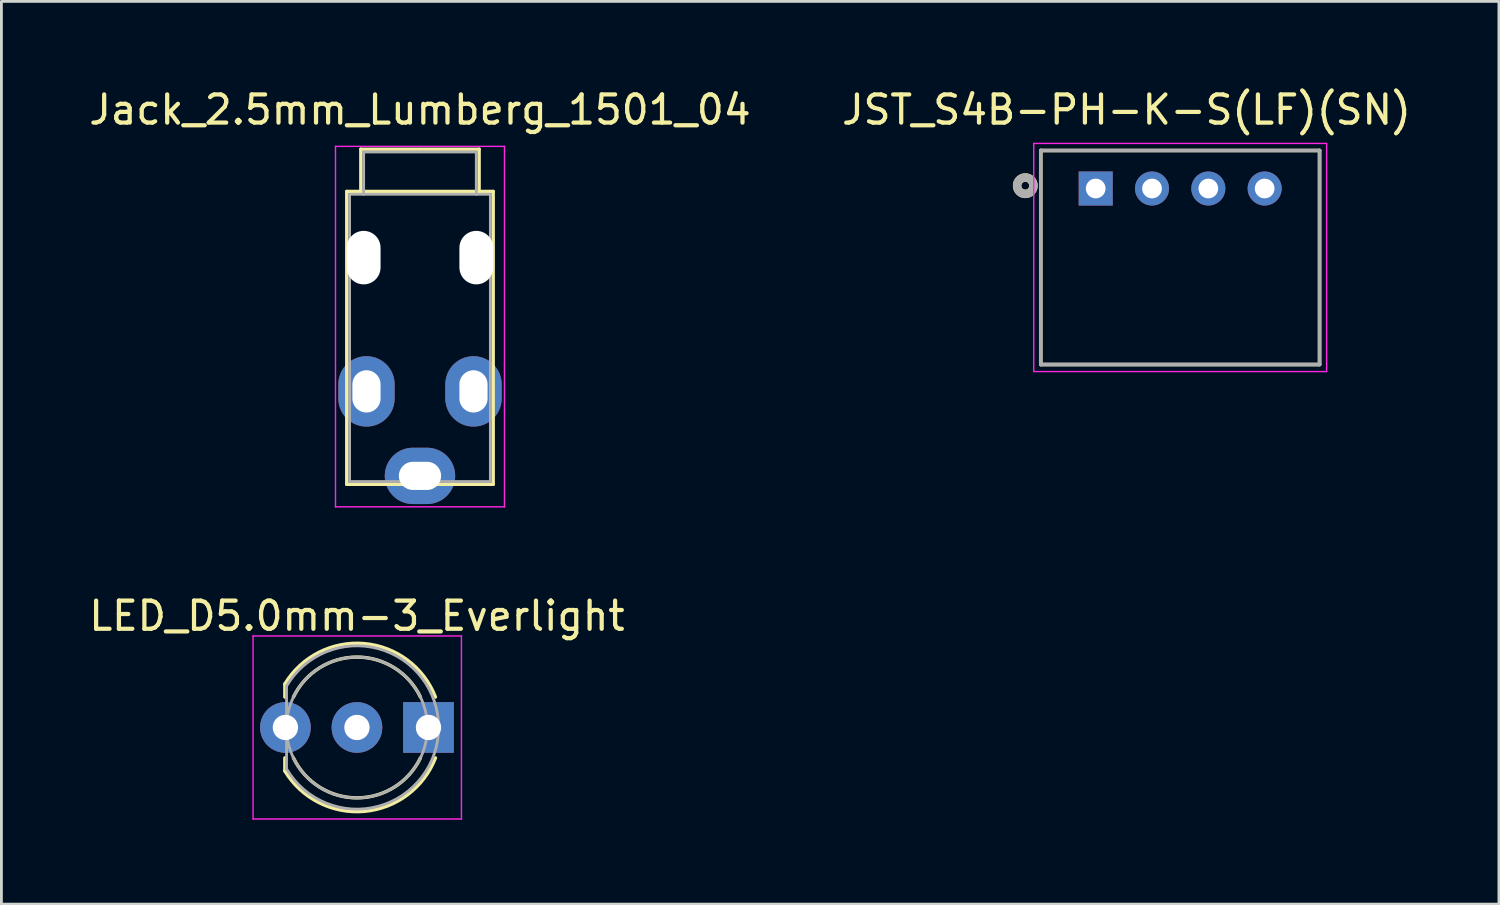
<source format=kicad_pcb>
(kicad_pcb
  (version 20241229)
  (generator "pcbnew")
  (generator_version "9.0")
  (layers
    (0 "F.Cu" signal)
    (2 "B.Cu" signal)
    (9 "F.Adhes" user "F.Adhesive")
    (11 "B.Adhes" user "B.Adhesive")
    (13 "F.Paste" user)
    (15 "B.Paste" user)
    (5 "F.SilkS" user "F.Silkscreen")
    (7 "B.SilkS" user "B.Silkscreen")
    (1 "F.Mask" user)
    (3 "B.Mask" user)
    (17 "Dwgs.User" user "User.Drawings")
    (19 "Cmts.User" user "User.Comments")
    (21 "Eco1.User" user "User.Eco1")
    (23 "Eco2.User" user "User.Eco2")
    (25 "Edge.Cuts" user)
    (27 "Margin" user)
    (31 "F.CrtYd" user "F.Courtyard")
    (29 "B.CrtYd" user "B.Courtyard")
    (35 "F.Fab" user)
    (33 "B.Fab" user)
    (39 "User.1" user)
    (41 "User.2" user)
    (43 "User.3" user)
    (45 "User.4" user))
  (footprint "Jack_2.5mm_Lumberg_1501_04"
    (layer "F.Cu")
    (at 11.863 3.848)
    (property "Reference" "Jack_2.5mm_Lumberg_1501_04" (at 0 -3 0) (layer "F.SilkS") (effects (font (size 1 1) (thickness 0.15))))
    (attr through_hole)
    (fp_line (start -2.6 -0.1) (end -2.1 -0.1) (stroke (width 0.12) (type solid)) (layer "F.SilkS"))
    (fp_line (start -2.6 10.3) (end -2.6 -0.1) (stroke (width 0.12) (type solid)) (layer "F.SilkS"))
    (fp_line (start -2.1 -1.6) (end 2.1 -1.6) (stroke (width 0.12) (type solid)) (layer "F.SilkS"))
    (fp_line (start -2.1 -0.1) (end -2.1 -1.6) (stroke (width 0.12) (type solid)) (layer "F.SilkS"))
    (fp_line (start -2.1 -0.1) (end 2.1 -0.1) (stroke (width 0.12) (type solid)) (layer "F.SilkS"))
    (fp_line (start 2.1 -1.6) (end 2.1 -0.1) (stroke (width 0.12) (type solid)) (layer "F.SilkS"))
    (fp_line (start 2.1 -0.1) (end 2.6 -0.1) (stroke (width 0.12) (type solid)) (layer "F.SilkS"))
    (fp_line (start 2.6 -0.1) (end 2.6 10.3) (stroke (width 0.12) (type solid)) (layer "F.SilkS"))
    (fp_line (start 2.6 10.3) (end -2.6 10.3) (stroke (width 0.12) (type solid)) (layer "F.SilkS"))
    (fp_line (start -3 -1.7) (end 0 -1.7) (stroke (width 0.05) (type solid)) (layer "F.CrtYd"))
    (fp_line (start -3 11.1) (end -3 -1.7) (stroke (width 0.05) (type solid)) (layer "F.CrtYd"))
    (fp_line (start 0 -1.7) (end 3 -1.7) (stroke (width 0.05) (type solid)) (layer "F.CrtYd"))
    (fp_line (start 3 -1.7) (end 3 11.1) (stroke (width 0.05) (type solid)) (layer "F.CrtYd"))
    (fp_line (start 3 11.1) (end -3 11.1) (stroke (width 0.05) (type solid)) (layer "F.CrtYd"))
    (fp_line (start -2.5 0) (end -2.5 10.2) (stroke (width 0.1) (type solid)) (layer "F.Fab"))
    (fp_line (start -2.5 10.2) (end 0 10.2) (stroke (width 0.1) (type solid)) (layer "F.Fab"))
    (fp_line (start -2 -1.5) (end 2 -1.5) (stroke (width 0.1) (type solid)) (layer "F.Fab"))
    (fp_line (start -2 0) (end -2 -1.5) (stroke (width 0.1) (type solid)) (layer "F.Fab"))
    (fp_line (start 0 10.2) (end 2.5 10.2) (stroke (width 0.1) (type solid)) (layer "F.Fab"))
    (fp_line (start 2 -1.5) (end 2 0) (stroke (width 0.1) (type solid)) (layer "F.Fab"))
    (fp_line (start 2.5 0) (end -2.5 0) (stroke (width 0.1) (type solid)) (layer "F.Fab"))
    (fp_line (start 2.5 10.2) (end 2.5 0) (stroke (width 0.1) (type solid)) (layer "F.Fab"))
    (pad "" np_thru_hole oval (at -2 2.25 270) (size 1.9 1.2) (drill oval 1.9 1.2) (layers "*.Cu" "*.Mask"))
    (pad "" np_thru_hole oval (at 2 2.25 270) (size 1.9 1.2) (drill oval 1.9 1.2) (layers "*.Cu" "*.Mask"))
    (pad "R" thru_hole oval (at -1.9 7 270) (size 2.5 2) (drill oval 1.5 1) (layers "*.Cu" "*.Mask"))
    (pad "S" thru_hole oval (at 0 10) (size 2.5 2) (drill oval 1.5 1) (layers "*.Cu" "*.Mask"))
    (pad "T" thru_hole oval (at 1.9 7 270) (size 2.5 2) (drill oval 1.5 1) (layers "*.Cu" "*.Mask")))
  (footprint "JST_S4B-PH-K-S(LF)(SN)"
    (layer "F.Cu")
    (at 38.857 3.644)
    (property "Reference" "JST_S4B-PH-K-S(LF)(SN)" (at -1.906 -2.795 0) (layer "F.SilkS") (effects (font (size 1 1) (thickness 0.15))))
    (attr through_hole)
    (fp_line (start -4.95 -1.35) (end 4.95 -1.35) (stroke (width 0.127) (type solid)) (layer "F.SilkS"))
    (fp_line (start -4.95 6.25) (end -4.95 -1.35) (stroke (width 0.127) (type solid)) (layer "F.SilkS"))
    (fp_line (start 4.95 -1.35) (end 4.95 6.25) (stroke (width 0.127) (type solid)) (layer "F.SilkS"))
    (fp_line (start 4.95 6.25) (end -4.95 6.25) (stroke (width 0.127) (type solid)) (layer "F.SilkS"))
    (fp_circle (center -5.5 -0.1) (end -5.359 -0.1) (stroke (width 0.3) (type solid)) (fill no) (layer "F.SilkS"))
    (fp_line (start -5.2 -1.6) (end 5.2 -1.6) (stroke (width 0.05) (type solid)) (layer "F.CrtYd"))
    (fp_line (start -5.2 6.5) (end -5.2 -1.6) (stroke (width 0.05) (type solid)) (layer "F.CrtYd"))
    (fp_line (start 5.2 -1.6) (end 5.2 6.5) (stroke (width 0.05) (type solid)) (layer "F.CrtYd"))
    (fp_line (start 5.2 6.5) (end -5.2 6.5) (stroke (width 0.05) (type solid)) (layer "F.CrtYd"))
    (fp_line (start -4.95 -1.35) (end 4.95 -1.35) (stroke (width 0.127) (type solid)) (layer "F.Fab"))
    (fp_line (start -4.95 6.25) (end -4.95 -1.35) (stroke (width 0.127) (type solid)) (layer "F.Fab"))
    (fp_line (start 4.95 -1.35) (end 4.95 6.25) (stroke (width 0.127) (type solid)) (layer "F.Fab"))
    (fp_line (start 4.95 6.25) (end -4.95 6.25) (stroke (width 0.127) (type solid)) (layer "F.Fab"))
    (fp_circle (center -5.5 -0.1) (end -5.359 -0.1) (stroke (width 0.3) (type solid)) (fill no) (layer "F.Fab"))
    (pad "1" thru_hole rect (at -3 0) (size 1.208 1.208) (drill 0.7) (layers "*.Cu" "*.Mask"))
    (pad "2" thru_hole circle (at -1 0) (size 1.208 1.208) (drill 0.7) (layers "*.Cu" "*.Mask"))
    (pad "3" thru_hole circle (at 1 0) (size 1.208 1.208) (drill 0.7) (layers "*.Cu" "*.Mask"))
    (pad "4" thru_hole circle (at 3 0) (size 1.208 1.208) (drill 0.7) (layers "*.Cu" "*.Mask")))
  (footprint "LED_D5.0mm-3_Everlight"
    (layer "F.Cu")
    (at 7.085 22.782)
    (property "Reference" "LED_D5.0mm-3_Everlight" (at 2.54 -3.96 0) (layer "F.SilkS") (effects (font (size 1 1) (thickness 0.15))))
    (attr through_hole)
    (fp_line (start -0.02 -1.545) (end -0.02 -1.08) (stroke (width 0.12) (type solid)) (layer "F.SilkS"))
    (fp_line (start -0.02 1.08) (end -0.02 1.545) (stroke (width 0.12) (type solid)) (layer "F.SilkS"))
    (fp_arc (start -0.02 -1.54483) (mid 2.798456 -2.978809) (end 5.327815 -1.080827) (stroke (width 0.12) (type solid)) (layer "F.SilkS"))
    (fp_arc (start 0.285316 -1.08) (mid 2.539762 -2.5) (end 4.794479 -1.080429) (stroke (width 0.12) (type solid)) (layer "F.SilkS"))
    (fp_arc (start 4.794479 1.080429) (mid 2.539762 2.5) (end 0.285316 1.08) (stroke (width 0.12) (type solid)) (layer "F.SilkS"))
    (fp_arc (start 5.327815 1.080827) (mid 2.798456 2.978808) (end -0.02 1.54483) (stroke (width 0.12) (type solid)) (layer "F.SilkS"))
    (fp_line (start -1.15 -3.25) (end -1.15 3.25) (stroke (width 0.05) (type solid)) (layer "F.CrtYd"))
    (fp_line (start -1.15 3.25) (end 6.25 3.25) (stroke (width 0.05) (type solid)) (layer "F.CrtYd"))
    (fp_line (start 6.25 -3.25) (end -1.15 -3.25) (stroke (width 0.05) (type solid)) (layer "F.CrtYd"))
    (fp_line (start 6.25 3.25) (end 6.25 -3.25) (stroke (width 0.05) (type solid)) (layer "F.CrtYd"))
    (fp_line (start 0.04 -1.47) (end 0.04 1.47) (stroke (width 0.1) (type solid)) (layer "F.Fab"))
    (fp_arc (start 0.04 -1.469694) (mid 5.44 0.000016) (end 0.039984 1.469666) (stroke (width 0.1) (type solid)) (layer "F.Fab"))
    (fp_circle (center 2.54 0) (end 5.04 0) (stroke (width 0.1) (type solid)) (fill no) (layer "F.Fab"))
    (pad "1" thru_hole rect (at 5.08 0) (size 1.8 1.8) (drill 0.9) (layers "*.Cu" "*.Mask"))
    (pad "2" thru_hole circle (at 2.54 0) (size 1.8 1.8) (drill 0.9) (layers "*.Cu" "*.Mask"))
    (pad "3" thru_hole circle (at 0 0) (size 1.8 1.8) (drill 0.9) (layers "*.Cu" "*.Mask")))
  (gr_rect
    (start -3 -3)
    (end 50.176 29.056)
    (stroke (width 0.1) (type default))
    (fill no)
    (layer "Edge.Cuts")))
</source>
